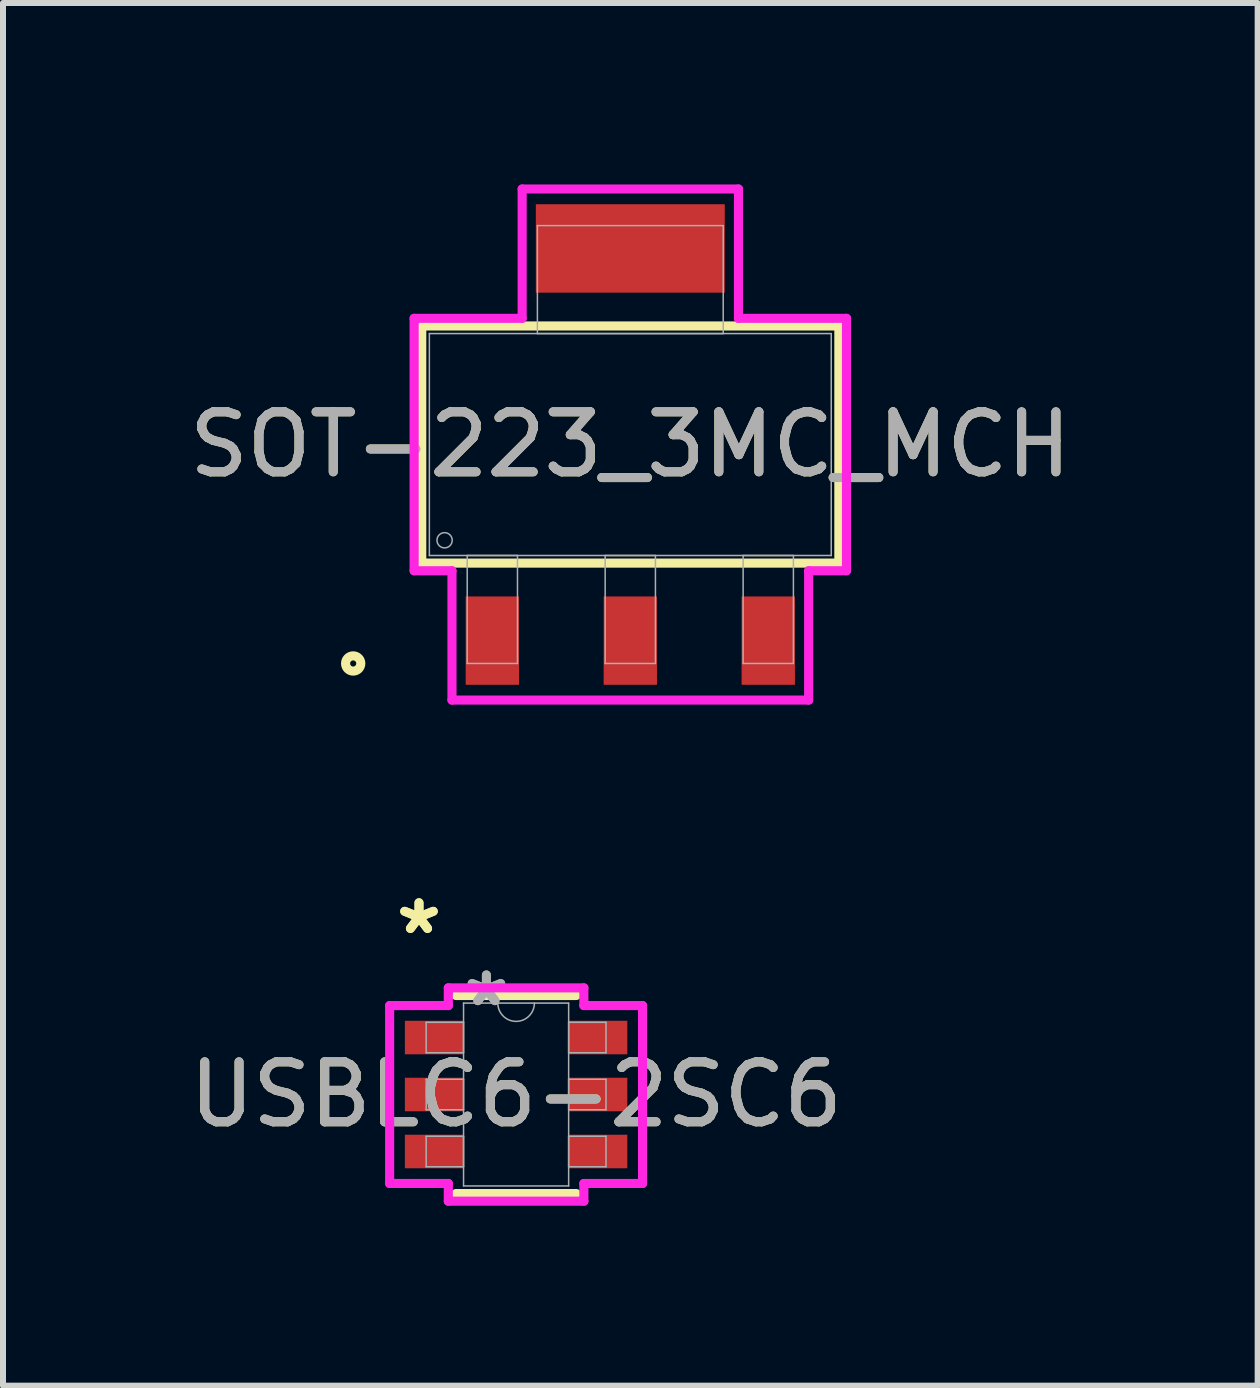
<source format=kicad_pcb>
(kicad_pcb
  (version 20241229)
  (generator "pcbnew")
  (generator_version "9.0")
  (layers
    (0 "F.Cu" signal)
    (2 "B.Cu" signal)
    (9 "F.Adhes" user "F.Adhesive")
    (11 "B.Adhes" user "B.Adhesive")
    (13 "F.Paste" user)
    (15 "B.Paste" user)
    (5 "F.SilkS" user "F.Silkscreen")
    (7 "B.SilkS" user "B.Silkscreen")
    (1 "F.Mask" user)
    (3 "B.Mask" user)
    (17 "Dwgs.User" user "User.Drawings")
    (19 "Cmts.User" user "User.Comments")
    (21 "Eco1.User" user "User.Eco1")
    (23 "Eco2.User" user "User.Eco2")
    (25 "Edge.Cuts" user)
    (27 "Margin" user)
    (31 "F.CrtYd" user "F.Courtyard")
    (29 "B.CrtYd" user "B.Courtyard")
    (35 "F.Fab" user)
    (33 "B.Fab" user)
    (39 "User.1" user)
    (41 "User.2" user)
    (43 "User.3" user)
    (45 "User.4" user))
  (footprint "SOT-223_3MC_MCH"
    (layer "F.Cu")
    (at 7.458 4.361)
    (property "Reference" "SOT-223_3MC_MCH" (at 0 0 0) (unlocked yes) (layer "F.SilkS") (effects (font (size 1 1) (thickness 0.15))))
    (attr smd)
    (fp_poly (pts (xy 1.575 -4.006) (xy -1.575 -4.006) (xy -1.575 -2.532) (xy 1.575 -2.532)) (stroke (width 0) (type solid)) (fill yes) (layer "F.Cu"))
    (fp_poly (pts (xy 1.6 -4.361) (xy -1.6 -4.361) (xy -1.6 -2.177) (xy 1.6 -2.177)) (stroke (width 0) (type solid)) (fill yes) (layer "F.Mask"))
    (fp_line (start -3.477 -1.977) (end -3.477 1.977) (stroke (width 0.152) (type solid)) (layer "F.SilkS"))
    (fp_line (start -3.477 1.977) (end 3.477 1.977) (stroke (width 0.152) (type solid)) (layer "F.SilkS"))
    (fp_line (start 3.477 -1.977) (end -3.477 -1.977) (stroke (width 0.152) (type solid)) (layer "F.SilkS"))
    (fp_line (start 3.477 1.977) (end 3.477 -1.977) (stroke (width 0.152) (type solid)) (layer "F.SilkS"))
    (fp_circle (center -4.62 3.65) (end -4.493 3.65) (stroke (width 0.152) (type solid)) (fill no) (layer "F.SilkS"))
    (fp_poly (pts (xy 1.575 -4.006) (xy -1.575 -4.006) (xy -1.575 -2.532) (xy 1.575 -2.532)) (stroke (width 0) (type solid)) (fill yes) (layer "F.Paste"))
    (fp_line (start -3.604 -2.104) (end -1.803 -2.104) (stroke (width 0.152) (type solid)) (layer "F.CrtYd"))
    (fp_line (start -3.604 2.104) (end -3.604 -2.104) (stroke (width 0.152) (type solid)) (layer "F.CrtYd"))
    (fp_line (start -2.973 2.104) (end -3.604 2.104) (stroke (width 0.152) (type solid)) (layer "F.CrtYd"))
    (fp_line (start -2.973 4.26) (end -2.973 2.104) (stroke (width 0.152) (type solid)) (layer "F.CrtYd"))
    (fp_line (start -1.803 -4.26) (end 1.803 -4.26) (stroke (width 0.152) (type solid)) (layer "F.CrtYd"))
    (fp_line (start -1.803 -2.104) (end -1.803 -4.26) (stroke (width 0.152) (type solid)) (layer "F.CrtYd"))
    (fp_line (start 1.803 -4.26) (end 1.803 -2.104) (stroke (width 0.152) (type solid)) (layer "F.CrtYd"))
    (fp_line (start 1.803 -2.104) (end 3.604 -2.104) (stroke (width 0.152) (type solid)) (layer "F.CrtYd"))
    (fp_line (start 2.973 2.104) (end 2.973 4.26) (stroke (width 0.152) (type solid)) (layer "F.CrtYd"))
    (fp_line (start 2.973 4.26) (end -2.973 4.26) (stroke (width 0.152) (type solid)) (layer "F.CrtYd"))
    (fp_line (start 3.604 -2.104) (end 3.604 2.104) (stroke (width 0.152) (type solid)) (layer "F.CrtYd"))
    (fp_line (start 3.604 2.104) (end 2.973 2.104) (stroke (width 0.152) (type solid)) (layer "F.CrtYd"))
    (fp_line (start -3.35 -1.85) (end -3.35 1.85) (stroke (width 0.025) (type solid)) (layer "F.Fab"))
    (fp_line (start -3.35 1.85) (end 3.35 1.85) (stroke (width 0.025) (type solid)) (layer "F.Fab"))
    (fp_line (start -2.719 1.85) (end -2.719 3.65) (stroke (width 0.025) (type solid)) (layer "F.Fab"))
    (fp_line (start -2.719 3.65) (end -1.881 3.65) (stroke (width 0.025) (type solid)) (layer "F.Fab"))
    (fp_line (start -1.881 1.85) (end -2.719 1.85) (stroke (width 0.025) (type solid)) (layer "F.Fab"))
    (fp_line (start -1.881 3.65) (end -1.881 1.85) (stroke (width 0.025) (type solid)) (layer "F.Fab"))
    (fp_line (start -1.549 -3.65) (end -1.549 -1.85) (stroke (width 0.025) (type solid)) (layer "F.Fab"))
    (fp_line (start -1.549 -1.85) (end 1.549 -1.85) (stroke (width 0.025) (type solid)) (layer "F.Fab"))
    (fp_line (start -0.419 1.85) (end -0.419 3.65) (stroke (width 0.025) (type solid)) (layer "F.Fab"))
    (fp_line (start -0.419 3.65) (end 0.419 3.65) (stroke (width 0.025) (type solid)) (layer "F.Fab"))
    (fp_line (start 0.419 1.85) (end -0.419 1.85) (stroke (width 0.025) (type solid)) (layer "F.Fab"))
    (fp_line (start 0.419 3.65) (end 0.419 1.85) (stroke (width 0.025) (type solid)) (layer "F.Fab"))
    (fp_line (start 1.549 -3.65) (end -1.549 -3.65) (stroke (width 0.025) (type solid)) (layer "F.Fab"))
    (fp_line (start 1.549 -1.85) (end 1.549 -3.65) (stroke (width 0.025) (type solid)) (layer "F.Fab"))
    (fp_line (start 1.881 1.85) (end 1.881 3.65) (stroke (width 0.025) (type solid)) (layer "F.Fab"))
    (fp_line (start 1.881 3.65) (end 2.719 3.65) (stroke (width 0.025) (type solid)) (layer "F.Fab"))
    (fp_line (start 2.719 1.85) (end 1.881 1.85) (stroke (width 0.025) (type solid)) (layer "F.Fab"))
    (fp_line (start 2.719 3.65) (end 2.719 1.85) (stroke (width 0.025) (type solid)) (layer "F.Fab"))
    (fp_line (start 3.35 -1.85) (end -3.35 -1.85) (stroke (width 0.025) (type solid)) (layer "F.Fab"))
    (fp_line (start 3.35 1.85) (end 3.35 -1.85) (stroke (width 0.025) (type solid)) (layer "F.Fab"))
    (fp_circle (center -3.096 1.596) (end -2.969 1.596) (stroke (width 0.025) (type solid)) (fill no) (layer "F.Fab"))
    (fp_text user "${REFERENCE}" (at 0 0 0) (unlocked yes) (layer "F.Fab") (effects (font (size 1 1) (thickness 0.15))))
    (pad "1" smd rect (at -2.3 3.269) (size 0.889 1.473) (layers "F.Cu" "F.Mask" "F.Paste"))
    (pad "2" smd rect (at 0 3.269) (size 0.889 1.473) (layers "F.Cu" "F.Mask" "F.Paste"))
    (pad "3" smd rect (at 2.3 3.269) (size 0.889 1.473) (layers "F.Cu" "F.Mask" "F.Paste")))
  (footprint "USBLC6-2SC6"
    (layer "F.Cu")
    (at 5.554 15.197)
    (property "Reference" "USBLC6-2SC6" (at 0 0 0) (unlocked yes) (layer "F.SilkS") (effects (font (size 1 1) (thickness 0.15))))
    (attr smd)
    (fp_line (start -1.003 1.651) (end 1.003 1.651) (stroke (width 0.152) (type solid)) (layer "F.SilkS"))
    (fp_line (start 1.003 -1.651) (end -1.003 -1.651) (stroke (width 0.152) (type solid)) (layer "F.SilkS"))
    (fp_line (start -2.108 -1.483) (end -1.13 -1.483) (stroke (width 0.152) (type solid)) (layer "F.CrtYd"))
    (fp_line (start -2.108 1.483) (end -2.108 -1.483) (stroke (width 0.152) (type solid)) (layer "F.CrtYd"))
    (fp_line (start -2.108 1.483) (end -1.13 1.483) (stroke (width 0.152) (type solid)) (layer "F.CrtYd"))
    (fp_line (start -1.13 -1.778) (end 1.13 -1.778) (stroke (width 0.152) (type solid)) (layer "F.CrtYd"))
    (fp_line (start -1.13 -1.483) (end -1.13 -1.778) (stroke (width 0.152) (type solid)) (layer "F.CrtYd"))
    (fp_line (start -1.13 1.778) (end -1.13 1.483) (stroke (width 0.152) (type solid)) (layer "F.CrtYd"))
    (fp_line (start 1.13 -1.778) (end 1.13 -1.483) (stroke (width 0.152) (type solid)) (layer "F.CrtYd"))
    (fp_line (start 1.13 1.483) (end 1.13 1.778) (stroke (width 0.152) (type solid)) (layer "F.CrtYd"))
    (fp_line (start 1.13 1.778) (end -1.13 1.778) (stroke (width 0.152) (type solid)) (layer "F.CrtYd"))
    (fp_line (start 2.108 -1.483) (end 1.13 -1.483) (stroke (width 0.152) (type solid)) (layer "F.CrtYd"))
    (fp_line (start 2.108 -1.483) (end 2.108 1.483) (stroke (width 0.152) (type solid)) (layer "F.CrtYd"))
    (fp_line (start 2.108 1.483) (end 1.13 1.483) (stroke (width 0.152) (type solid)) (layer "F.CrtYd"))
    (fp_line (start -1.499 -1.204) (end -1.499 -0.696) (stroke (width 0.025) (type solid)) (layer "F.Fab"))
    (fp_line (start -1.499 -0.696) (end -0.876 -0.696) (stroke (width 0.025) (type solid)) (layer "F.Fab"))
    (fp_line (start -1.499 -0.254) (end -1.499 0.254) (stroke (width 0.025) (type solid)) (layer "F.Fab"))
    (fp_line (start -1.499 0.254) (end -0.876 0.254) (stroke (width 0.025) (type solid)) (layer "F.Fab"))
    (fp_line (start -1.499 0.696) (end -1.499 1.204) (stroke (width 0.025) (type solid)) (layer "F.Fab"))
    (fp_line (start -1.499 1.204) (end -0.876 1.204) (stroke (width 0.025) (type solid)) (layer "F.Fab"))
    (fp_line (start -0.876 -1.524) (end -0.876 1.524) (stroke (width 0.025) (type solid)) (layer "F.Fab"))
    (fp_line (start -0.876 -1.204) (end -1.499 -1.204) (stroke (width 0.025) (type solid)) (layer "F.Fab"))
    (fp_line (start -0.876 -0.696) (end -0.876 -1.204) (stroke (width 0.025) (type solid)) (layer "F.Fab"))
    (fp_line (start -0.876 -0.254) (end -1.499 -0.254) (stroke (width 0.025) (type solid)) (layer "F.Fab"))
    (fp_line (start -0.876 0.254) (end -0.876 -0.254) (stroke (width 0.025) (type solid)) (layer "F.Fab"))
    (fp_line (start -0.876 0.696) (end -1.499 0.696) (stroke (width 0.025) (type solid)) (layer "F.Fab"))
    (fp_line (start -0.876 1.204) (end -0.876 0.696) (stroke (width 0.025) (type solid)) (layer "F.Fab"))
    (fp_line (start -0.876 1.524) (end 0.876 1.524) (stroke (width 0.025) (type solid)) (layer "F.Fab"))
    (fp_line (start 0.876 -1.524) (end -0.876 -1.524) (stroke (width 0.025) (type solid)) (layer "F.Fab"))
    (fp_line (start 0.876 -1.204) (end 0.876 -0.696) (stroke (width 0.025) (type solid)) (layer "F.Fab"))
    (fp_line (start 0.876 -0.696) (end 1.499 -0.696) (stroke (width 0.025) (type solid)) (layer "F.Fab"))
    (fp_line (start 0.876 -0.254) (end 0.876 0.254) (stroke (width 0.025) (type solid)) (layer "F.Fab"))
    (fp_line (start 0.876 0.254) (end 1.499 0.254) (stroke (width 0.025) (type solid)) (layer "F.Fab"))
    (fp_line (start 0.876 0.696) (end 0.876 1.204) (stroke (width 0.025) (type solid)) (layer "F.Fab"))
    (fp_line (start 0.876 1.204) (end 1.499 1.204) (stroke (width 0.025) (type solid)) (layer "F.Fab"))
    (fp_line (start 0.876 1.524) (end 0.876 -1.524) (stroke (width 0.025) (type solid)) (layer "F.Fab"))
    (fp_line (start 1.499 -1.204) (end 0.876 -1.204) (stroke (width 0.025) (type solid)) (layer "F.Fab"))
    (fp_line (start 1.499 -0.696) (end 1.499 -1.204) (stroke (width 0.025) (type solid)) (layer "F.Fab"))
    (fp_line (start 1.499 -0.254) (end 0.876 -0.254) (stroke (width 0.025) (type solid)) (layer "F.Fab"))
    (fp_line (start 1.499 0.254) (end 1.499 -0.254) (stroke (width 0.025) (type solid)) (layer "F.Fab"))
    (fp_line (start 1.499 0.696) (end 0.876 0.696) (stroke (width 0.025) (type solid)) (layer "F.Fab"))
    (fp_line (start 1.499 1.204) (end 1.499 0.696) (stroke (width 0.025) (type solid)) (layer "F.Fab"))
    (fp_arc (start 0.3048 -1.524) (mid 0 -1.2192) (end -0.3048 -1.524) (stroke (width 0.0254) (type solid)) (layer "F.Fab"))
    (fp_text user "*" (at -1.619 -2.652 0) (unlocked yes) (layer "F.SilkS") (effects (font (size 1 1) (thickness 0.15))))
    (fp_text user "*" (at -1.619 -2.652 0) (layer "F.SilkS") (effects (font (size 1 1) (thickness 0.15))))
    (fp_text user "*" (at -0.495 -1.448 0) (unlocked yes) (layer "F.Fab") (effects (font (size 1 1) (thickness 0.15))))
    (fp_text user "*" (at -0.495 -1.448 0) (layer "F.Fab") (effects (font (size 1 1) (thickness 0.15))))
    (fp_text user "${REFERENCE}" (at 0 0 0) (unlocked yes) (layer "F.Fab") (effects (font (size 1 1) (thickness 0.15))))
    (pad "1" smd rect (at -1.365 -0.95) (size 0.978 0.559) (layers "F.Cu" "F.Mask" "F.Paste"))
    (pad "2" smd rect (at -1.365 0) (size 0.978 0.559) (layers "F.Cu" "F.Mask" "F.Paste"))
    (pad "3" smd rect (at -1.365 0.95) (size 0.978 0.559) (layers "F.Cu" "F.Mask" "F.Paste"))
    (pad "4" smd rect (at 1.365 0.95) (size 0.978 0.559) (layers "F.Cu" "F.Mask" "F.Paste"))
    (pad "5" smd rect (at 1.365 0) (size 0.978 0.559) (layers "F.Cu" "F.Mask" "F.Paste"))
    (pad "6" smd rect (at 1.365 -0.95) (size 0.978 0.559) (layers "F.Cu" "F.Mask" "F.Paste")))
  (gr_rect
    (start -3 -3)
    (end 17.917 20.051)
    (stroke (width 0.1) (type default))
    (fill no)
    (layer "Edge.Cuts")))
</source>
